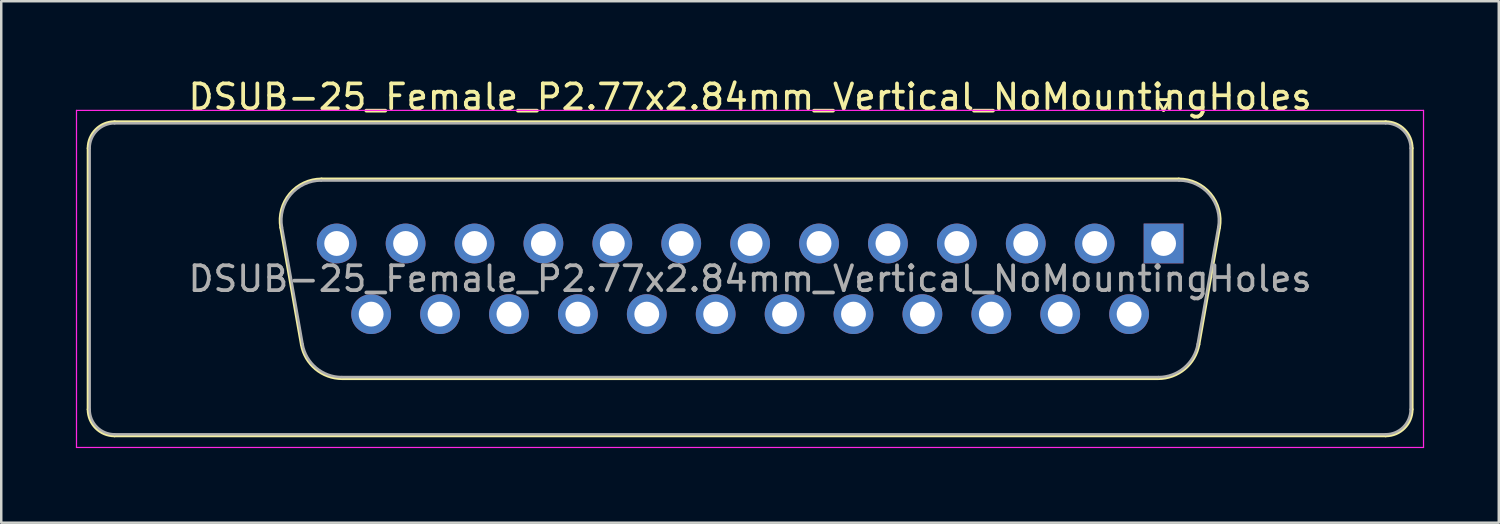
<source format=kicad_pcb>
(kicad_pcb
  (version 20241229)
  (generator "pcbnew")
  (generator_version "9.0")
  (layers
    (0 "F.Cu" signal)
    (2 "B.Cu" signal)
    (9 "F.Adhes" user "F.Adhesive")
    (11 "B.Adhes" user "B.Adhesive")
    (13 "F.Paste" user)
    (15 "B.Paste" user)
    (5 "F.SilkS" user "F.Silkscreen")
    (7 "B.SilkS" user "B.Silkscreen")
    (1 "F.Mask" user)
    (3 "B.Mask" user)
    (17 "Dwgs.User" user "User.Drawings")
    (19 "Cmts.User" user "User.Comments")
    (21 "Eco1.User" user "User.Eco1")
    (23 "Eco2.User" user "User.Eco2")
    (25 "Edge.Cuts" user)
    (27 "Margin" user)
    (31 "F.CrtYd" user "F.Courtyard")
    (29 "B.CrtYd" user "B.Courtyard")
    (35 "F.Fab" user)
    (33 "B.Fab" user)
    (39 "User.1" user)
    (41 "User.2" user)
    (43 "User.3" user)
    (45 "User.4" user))
  (footprint "DSUB-25_Female_P2.77x2.84mm_Vertical_NoMountingHoles"
    (layer "F.Cu")
    (at 43.725 6.738)
    (property "Reference" "DSUB-25_Female_P2.77x2.84mm_Vertical_NoMountingHoles" (at -16.62 -5.89 0) (layer "F.SilkS") (effects (font (size 1 1) (thickness 0.15))))
    (attr through_hole)
    (fp_line (start -43.23 6.67) (end -43.23 -3.83) (stroke (width 0.12) (type solid)) (layer "F.SilkS"))
    (fp_line (start -42.17 -4.89) (end 8.93 -4.89) (stroke (width 0.12) (type solid)) (layer "F.SilkS"))
    (fp_line (start -35.486 -0.642) (end -34.658 4.058) (stroke (width 0.12) (type solid)) (layer "F.SilkS"))
    (fp_line (start -33.852 -2.59) (end 0.612 -2.59) (stroke (width 0.12) (type solid)) (layer "F.SilkS"))
    (fp_line (start -33.023 5.43) (end -0.217 5.43) (stroke (width 0.12) (type solid)) (layer "F.SilkS"))
    (fp_line (start -0.25 -5.784) (end 0.25 -5.784) (stroke (width 0.12) (type solid)) (layer "F.SilkS"))
    (fp_line (start 0 -5.351) (end -0.25 -5.784) (stroke (width 0.12) (type solid)) (layer "F.SilkS"))
    (fp_line (start 0.25 -5.784) (end 0 -5.351) (stroke (width 0.12) (type solid)) (layer "F.SilkS"))
    (fp_line (start 2.246 -0.642) (end 1.418 4.058) (stroke (width 0.12) (type solid)) (layer "F.SilkS"))
    (fp_line (start 8.93 7.73) (end -42.17 7.73) (stroke (width 0.12) (type solid)) (layer "F.SilkS"))
    (fp_line (start 9.99 -3.83) (end 9.99 6.67) (stroke (width 0.12) (type solid)) (layer "F.SilkS"))
    (fp_arc (start -43.23 -3.83) (mid -42.919533 -4.579533) (end -42.17 -4.89) (stroke (width 0.12) (type solid)) (layer "F.SilkS"))
    (fp_arc (start -42.17 7.73) (mid -42.919533 7.419533) (end -43.23 6.67) (stroke (width 0.12) (type solid)) (layer "F.SilkS"))
    (fp_arc (start -35.48647 -0.641744) (mid -35.123323 -1.997028) (end -33.851689 -2.59) (stroke (width 0.12) (type solid)) (layer "F.SilkS"))
    (fp_arc (start -33.022952 5.43) (mid -34.089979 5.041634) (end -34.657733 4.058256) (stroke (width 0.12) (type solid)) (layer "F.SilkS"))
    (fp_arc (start 0.611689 -2.59) (mid 1.883323 -1.997027) (end 2.24647 -0.641744) (stroke (width 0.12) (type solid)) (layer "F.SilkS"))
    (fp_arc (start 1.417733 4.058256) (mid 0.84998 5.041634) (end -0.217048 5.43) (stroke (width 0.12) (type solid)) (layer "F.SilkS"))
    (fp_arc (start 8.93 -4.89) (mid 9.679533 -4.579533) (end 9.99 -3.83) (stroke (width 0.12) (type solid)) (layer "F.SilkS"))
    (fp_arc (start 9.99 6.67) (mid 9.679533 7.419533) (end 8.93 7.73) (stroke (width 0.12) (type solid)) (layer "F.SilkS"))
    (fp_line (start -43.7 -5.35) (end -43.7 8.2) (stroke (width 0.05) (type solid)) (layer "F.CrtYd"))
    (fp_line (start -43.7 8.2) (end 10.45 8.2) (stroke (width 0.05) (type solid)) (layer "F.CrtYd"))
    (fp_line (start 10.45 -5.35) (end -43.7 -5.35) (stroke (width 0.05) (type solid)) (layer "F.CrtYd"))
    (fp_line (start 10.45 8.2) (end 10.45 -5.35) (stroke (width 0.05) (type solid)) (layer "F.CrtYd"))
    (fp_line (start -43.17 6.67) (end -43.17 -3.83) (stroke (width 0.1) (type solid)) (layer "F.Fab"))
    (fp_line (start -42.17 -4.83) (end 8.93 -4.83) (stroke (width 0.1) (type solid)) (layer "F.Fab"))
    (fp_line (start -35.439 -0.652) (end -34.61 4.048) (stroke (width 0.1) (type solid)) (layer "F.Fab"))
    (fp_line (start -33.863 -2.53) (end 0.623 -2.53) (stroke (width 0.1) (type solid)) (layer "F.Fab"))
    (fp_line (start -33.034 5.37) (end -0.206 5.37) (stroke (width 0.1) (type solid)) (layer "F.Fab"))
    (fp_line (start 2.199 -0.652) (end 1.37 4.048) (stroke (width 0.1) (type solid)) (layer "F.Fab"))
    (fp_line (start 8.93 7.67) (end -42.17 7.67) (stroke (width 0.1) (type solid)) (layer "F.Fab"))
    (fp_line (start 9.93 -3.83) (end 9.93 6.67) (stroke (width 0.1) (type solid)) (layer "F.Fab"))
    (fp_arc (start -43.17 -3.83) (mid -42.877107 -4.537107) (end -42.17 -4.83) (stroke (width 0.1) (type solid)) (layer "F.Fab"))
    (fp_arc (start -42.17 7.67) (mid -42.877107 7.377107) (end -43.17 6.67) (stroke (width 0.1) (type solid)) (layer "F.Fab"))
    (fp_arc (start -35.438886 -0.652163) (mid -35.088865 -1.95846) (end -33.863194 -2.53) (stroke (width 0.1) (type solid)) (layer "F.Fab"))
    (fp_arc (start -33.034457 5.37) (mid -34.062917 4.995671) (end -34.610149 4.047837) (stroke (width 0.1) (type solid)) (layer "F.Fab"))
    (fp_arc (start 0.623194 -2.53) (mid 1.848865 -1.95846) (end 2.198886 -0.652163) (stroke (width 0.1) (type solid)) (layer "F.Fab"))
    (fp_arc (start 1.370149 4.047837) (mid 0.822917 4.995671) (end -0.205543 5.37) (stroke (width 0.1) (type solid)) (layer "F.Fab"))
    (fp_arc (start 8.93 -4.83) (mid 9.637107 -4.537107) (end 9.93 -3.83) (stroke (width 0.1) (type solid)) (layer "F.Fab"))
    (fp_arc (start 9.93 6.67) (mid 9.637107 7.377107) (end 8.93 7.67) (stroke (width 0.1) (type solid)) (layer "F.Fab"))
    (fp_text user "${REFERENCE}" (at -16.62 1.42 0) (layer "F.Fab") (effects (font (size 1 1) (thickness 0.15))))
    (pad "1" thru_hole rect (at 0 0) (size 1.6 1.6) (drill 1) (layers "*.Cu" "*.Mask"))
    (pad "2" thru_hole circle (at -2.77 0) (size 1.6 1.6) (drill 1) (layers "*.Cu" "*.Mask"))
    (pad "3" thru_hole circle (at -5.54 0) (size 1.6 1.6) (drill 1) (layers "*.Cu" "*.Mask"))
    (pad "4" thru_hole circle (at -8.31 0) (size 1.6 1.6) (drill 1) (layers "*.Cu" "*.Mask"))
    (pad "5" thru_hole circle (at -11.08 0) (size 1.6 1.6) (drill 1) (layers "*.Cu" "*.Mask"))
    (pad "6" thru_hole circle (at -13.85 0) (size 1.6 1.6) (drill 1) (layers "*.Cu" "*.Mask"))
    (pad "7" thru_hole circle (at -16.62 0) (size 1.6 1.6) (drill 1) (layers "*.Cu" "*.Mask"))
    (pad "8" thru_hole circle (at -19.39 0) (size 1.6 1.6) (drill 1) (layers "*.Cu" "*.Mask"))
    (pad "9" thru_hole circle (at -22.16 0) (size 1.6 1.6) (drill 1) (layers "*.Cu" "*.Mask"))
    (pad "10" thru_hole circle (at -24.93 0) (size 1.6 1.6) (drill 1) (layers "*.Cu" "*.Mask"))
    (pad "11" thru_hole circle (at -27.7 0) (size 1.6 1.6) (drill 1) (layers "*.Cu" "*.Mask"))
    (pad "12" thru_hole circle (at -30.47 0) (size 1.6 1.6) (drill 1) (layers "*.Cu" "*.Mask"))
    (pad "13" thru_hole circle (at -33.24 0) (size 1.6 1.6) (drill 1) (layers "*.Cu" "*.Mask"))
    (pad "14" thru_hole circle (at -1.385 2.84) (size 1.6 1.6) (drill 1) (layers "*.Cu" "*.Mask"))
    (pad "15" thru_hole circle (at -4.155 2.84) (size 1.6 1.6) (drill 1) (layers "*.Cu" "*.Mask"))
    (pad "16" thru_hole circle (at -6.925 2.84) (size 1.6 1.6) (drill 1) (layers "*.Cu" "*.Mask"))
    (pad "17" thru_hole circle (at -9.695 2.84) (size 1.6 1.6) (drill 1) (layers "*.Cu" "*.Mask"))
    (pad "18" thru_hole circle (at -12.465 2.84) (size 1.6 1.6) (drill 1) (layers "*.Cu" "*.Mask"))
    (pad "19" thru_hole circle (at -15.235 2.84) (size 1.6 1.6) (drill 1) (layers "*.Cu" "*.Mask"))
    (pad "20" thru_hole circle (at -18.005 2.84) (size 1.6 1.6) (drill 1) (layers "*.Cu" "*.Mask"))
    (pad "21" thru_hole circle (at -20.775 2.84) (size 1.6 1.6) (drill 1) (layers "*.Cu" "*.Mask"))
    (pad "22" thru_hole circle (at -23.545 2.84) (size 1.6 1.6) (drill 1) (layers "*.Cu" "*.Mask"))
    (pad "23" thru_hole circle (at -26.315 2.84) (size 1.6 1.6) (drill 1) (layers "*.Cu" "*.Mask"))
    (pad "24" thru_hole circle (at -29.085 2.84) (size 1.6 1.6) (drill 1) (layers "*.Cu" "*.Mask"))
    (pad "25" thru_hole circle (at -31.855 2.84) (size 1.6 1.6) (drill 1) (layers "*.Cu" "*.Mask")))
  (gr_rect
    (start -3 -3)
    (end 57.2 17.963)
    (stroke (width 0.1) (type default))
    (fill no)
    (layer "Edge.Cuts")))
</source>
